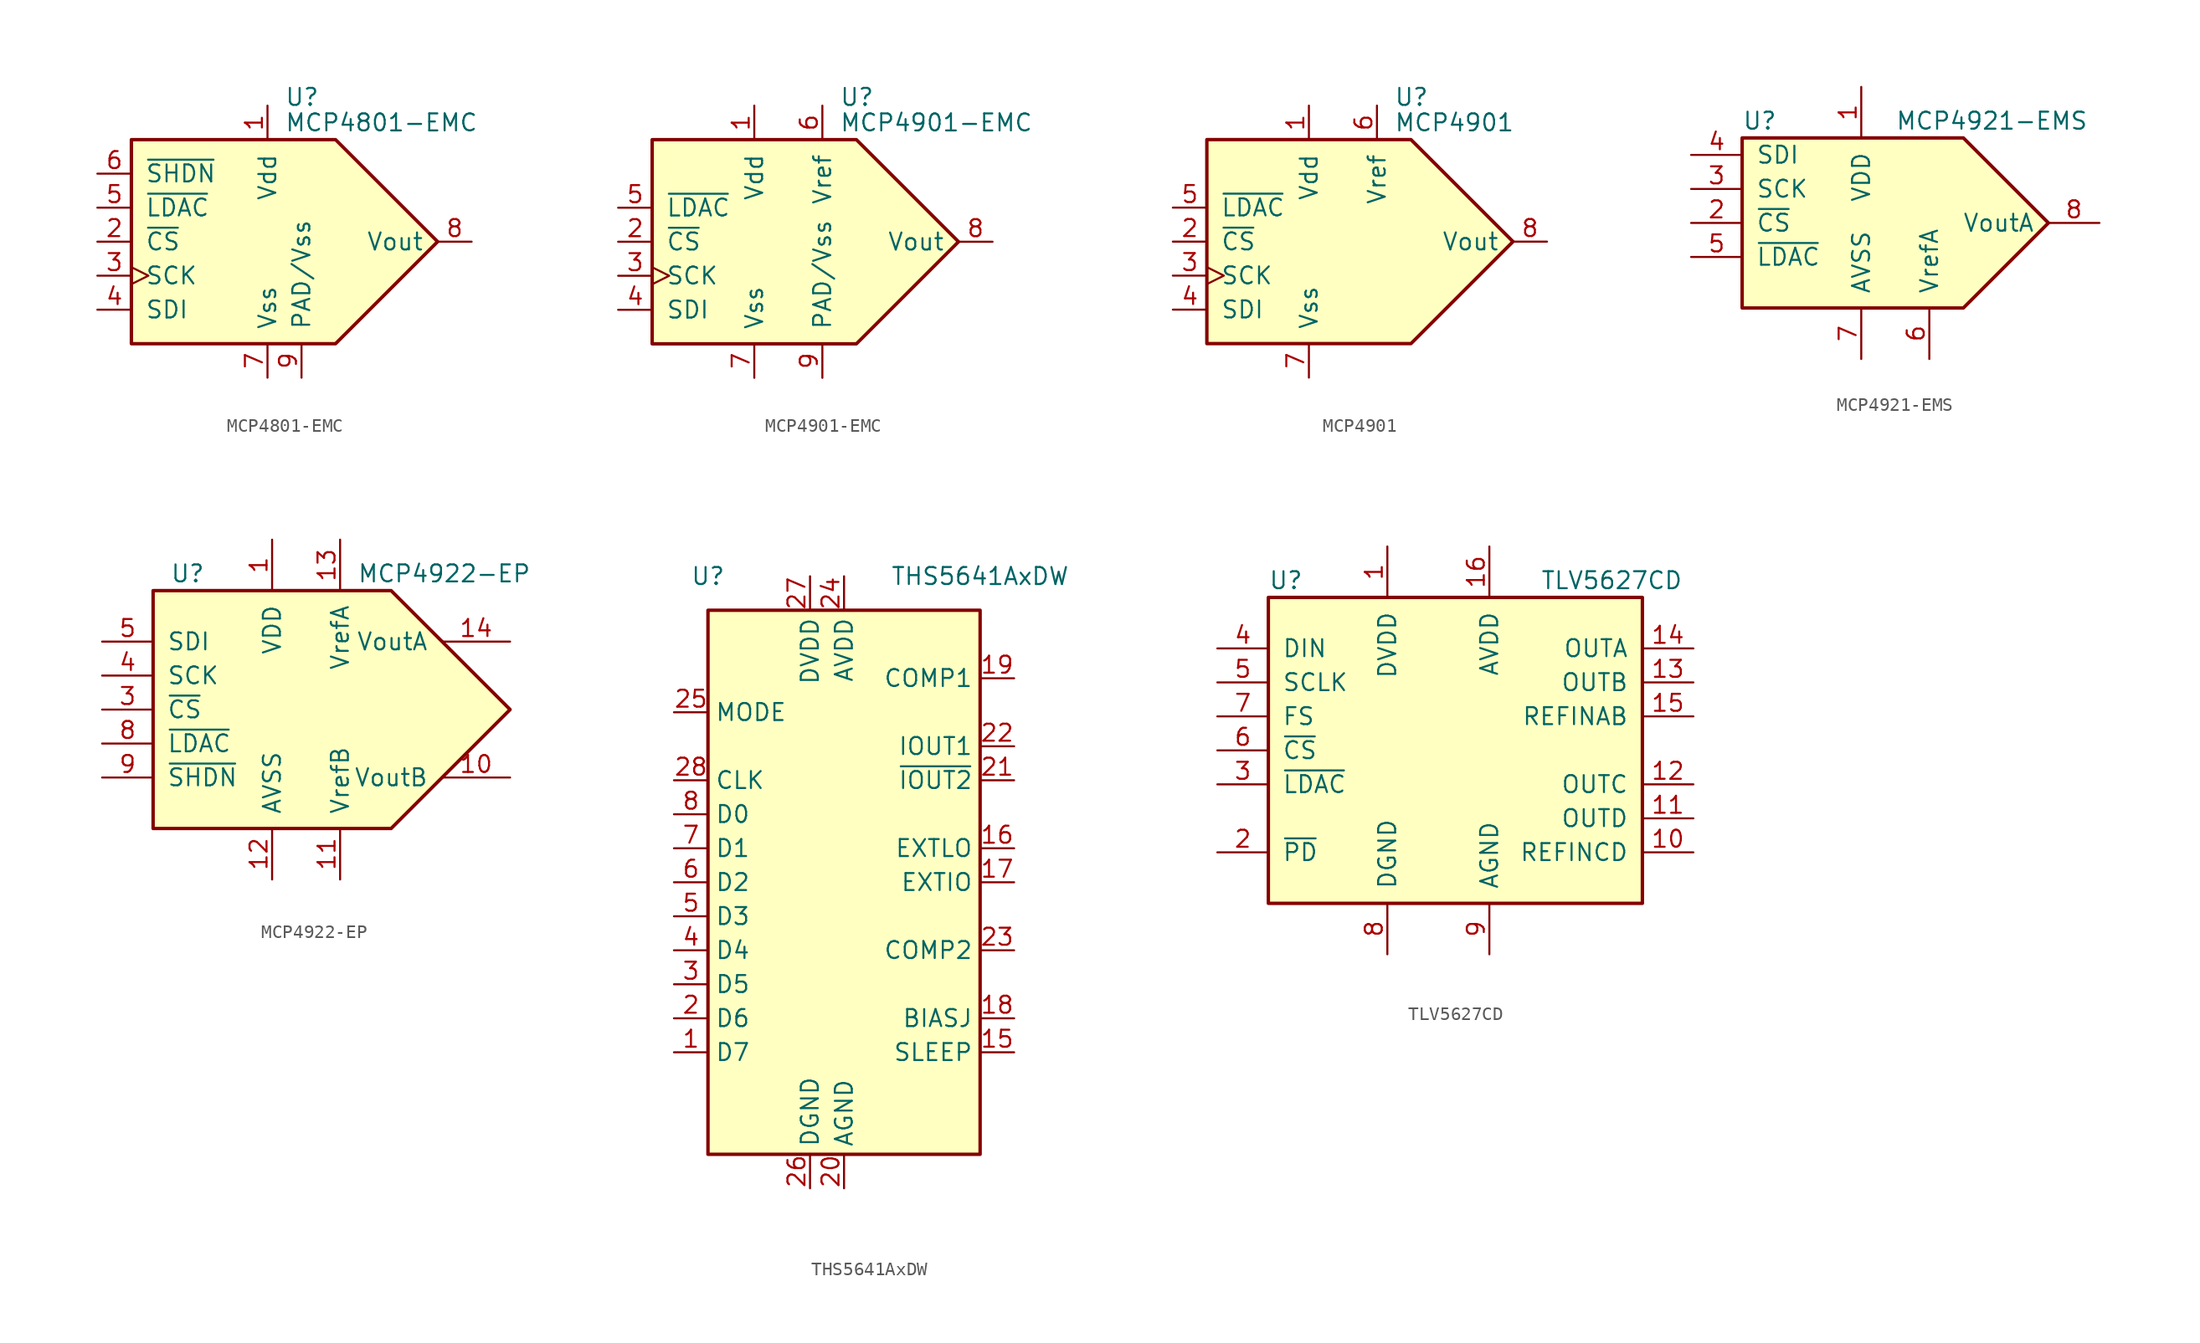
<source format=kicad_sym>
(kicad_symbol_lib
  (version 20220914)
  (generator kicad_symbol_editor)
  (symbol "MCP4801-EMC"
    (pin_names
      (offset 1.016))
    (property "Reference" "U"
      (at 1.27 10.795 0)
      (effects (font (size 1.27 1.27)) (justify left)))
    (property "Value" "MCP4801-EMC"
      (at 1.27 8.89 0)
      (effects (font (size 1.27 1.27)) (justify left)))
    (symbol "MCP4801-EMC_0_0"
      (polyline (pts (xy 12.7 0) (xy 5.08 7.62) (xy -10.16 7.62) (xy -10.16 -7.62) (xy 5.08 -7.62) (xy 12.7 0)) (stroke (width 0.254) (type default)) (fill (type background))))
    (symbol "MCP4801-EMC_1_1"
      (pin power_in line (at 0 10.16 270) (length 2.54) (name "Vdd" (effects (font (size 1.27 1.27)))) (number "1" (effects (font (size 1.27 1.27)))))
      (pin input line (at -12.7 0 0) (length 2.54) (name "~{CS}" (effects (font (size 1.27 1.27)))) (number "2" (effects (font (size 1.27 1.27)))))
      (pin input clock (at -12.7 -2.54 0) (length 2.54) (name "SCK" (effects (font (size 1.27 1.27)))) (number "3" (effects (font (size 1.27 1.27)))))
      (pin input line (at -12.7 -5.08 0) (length 2.54) (name "SDI" (effects (font (size 1.27 1.27)))) (number "4" (effects (font (size 1.27 1.27)))))
      (pin input line (at -12.7 2.54 0) (length 2.54) (name "~{LDAC}" (effects (font (size 1.27 1.27)))) (number "5" (effects (font (size 1.27 1.27)))))
      (pin input line (at -12.7 5.08 0) (length 2.54) (name "~{SHDN}" (effects (font (size 1.27 1.27)))) (number "6" (effects (font (size 1.27 1.27)))))
      (pin power_in line (at 0 -10.16 90) (length 2.54) (name "Vss" (effects (font (size 1.27 1.27)))) (number "7" (effects (font (size 1.27 1.27)))))
      (pin output line (at 15.24 0 180) (length 2.54) (name "Vout" (effects (font (size 1.27 1.27)))) (number "8" (effects (font (size 1.27 1.27)))))
      (pin power_in line (at 2.54 -10.16 90) (length 2.54) (name "PAD/Vss" (effects (font (size 1.27 1.27)))) (number "9" (effects (font (size 1.27 1.27)))))))
  (symbol "MCP4901-EMC"
    (pin_names
      (offset 1.016))
    (property "Reference" "U"
      (at 6.35 10.795 0)
      (effects (font (size 1.27 1.27)) (justify left)))
    (property "Value" "MCP4901-EMC"
      (at 6.35 8.89 0)
      (effects (font (size 1.27 1.27)) (justify left)))
    (symbol "MCP4901-EMC_0_0"
      (polyline (pts (xy 15.24 0) (xy 7.62 7.62) (xy -7.62 7.62) (xy -7.62 -7.62) (xy 7.62 -7.62) (xy 15.24 0)) (stroke (width 0.254) (type default)) (fill (type background))))
    (symbol "MCP4901-EMC_1_1"
      (pin power_in line (at 0 10.16 270) (length 2.54) (name "Vdd" (effects (font (size 1.27 1.27)))) (number "1" (effects (font (size 1.27 1.27)))))
      (pin input line (at -10.16 0 0) (length 2.54) (name "~{CS}" (effects (font (size 1.27 1.27)))) (number "2" (effects (font (size 1.27 1.27)))))
      (pin input clock (at -10.16 -2.54 0) (length 2.54) (name "SCK" (effects (font (size 1.27 1.27)))) (number "3" (effects (font (size 1.27 1.27)))))
      (pin input line (at -10.16 -5.08 0) (length 2.54) (name "SDI" (effects (font (size 1.27 1.27)))) (number "4" (effects (font (size 1.27 1.27)))))
      (pin input line (at -10.16 2.54 0) (length 2.54) (name "~{LDAC}" (effects (font (size 1.27 1.27)))) (number "5" (effects (font (size 1.27 1.27)))))
      (pin power_in line (at 5.08 10.16 270) (length 2.54) (name "Vref" (effects (font (size 1.27 1.27)))) (number "6" (effects (font (size 1.27 1.27)))))
      (pin power_in line (at 0 -10.16 90) (length 2.54) (name "Vss" (effects (font (size 1.27 1.27)))) (number "7" (effects (font (size 1.27 1.27)))))
      (pin output line (at 17.78 0 180) (length 2.54) (name "Vout" (effects (font (size 1.27 1.27)))) (number "8" (effects (font (size 1.27 1.27)))))
      (pin power_in line (at 5.08 -10.16 90) (length 2.54) (name "PAD/Vss" (effects (font (size 1.27 1.27)))) (number "9" (effects (font (size 1.27 1.27)))))))
  (symbol "MCP4901"
    (pin_names
      (offset 1.016))
    (property "Reference" "U"
      (at 6.35 10.795 0)
      (effects (font (size 1.27 1.27)) (justify left)))
    (property "Value" "MCP4901"
      (at 6.35 8.89 0)
      (effects (font (size 1.27 1.27)) (justify left)))
    (symbol "MCP4901_0_0"
      (polyline (pts (xy 15.24 0) (xy 7.62 7.62) (xy -7.62 7.62) (xy -7.62 -7.62) (xy 7.62 -7.62) (xy 15.24 0)) (stroke (width 0.254) (type default)) (fill (type background))))
    (symbol "MCP4901_1_1"
      (pin power_in line (at 0 10.16 270) (length 2.54) (name "Vdd" (effects (font (size 1.27 1.27)))) (number "1" (effects (font (size 1.27 1.27)))))
      (pin input line (at -10.16 0 0) (length 2.54) (name "~{CS}" (effects (font (size 1.27 1.27)))) (number "2" (effects (font (size 1.27 1.27)))))
      (pin input clock (at -10.16 -2.54 0) (length 2.54) (name "SCK" (effects (font (size 1.27 1.27)))) (number "3" (effects (font (size 1.27 1.27)))))
      (pin input line (at -10.16 -5.08 0) (length 2.54) (name "SDI" (effects (font (size 1.27 1.27)))) (number "4" (effects (font (size 1.27 1.27)))))
      (pin input line (at -10.16 2.54 0) (length 2.54) (name "~{LDAC}" (effects (font (size 1.27 1.27)))) (number "5" (effects (font (size 1.27 1.27)))))
      (pin power_in line (at 5.08 10.16 270) (length 2.54) (name "Vref" (effects (font (size 1.27 1.27)))) (number "6" (effects (font (size 1.27 1.27)))))
      (pin power_in line (at 0 -10.16 90) (length 2.54) (name "Vss" (effects (font (size 1.27 1.27)))) (number "7" (effects (font (size 1.27 1.27)))))
      (pin output line (at 17.78 0 180) (length 2.54) (name "Vout" (effects (font (size 1.27 1.27)))) (number "8" (effects (font (size 1.27 1.27)))))))
  (symbol "MCP4921-EMS"
    (pin_names
      (offset 1.016))
    (property "Reference" "U"
      (at -11.43 7.62 0)
      (effects (font (size 1.27 1.27)) (justify left)))
    (property "Value" "MCP4921-EMS"
      (at 0 7.62 0)
      (effects (font (size 1.27 1.27)) (justify left)))
    (symbol "MCP4921-EMS_0_1"
      (polyline (pts (xy -11.43 6.35) (xy 5.08 6.35) (xy 11.43 0) (xy 5.08 -6.35) (xy -11.43 -6.35) (xy -11.43 6.35)) (stroke (width 0.254) (type default)) (fill (type background))))
    (symbol "MCP4921-EMS_1_1"
      (pin power_in line (at -2.54 10.16 270) (length 3.81) (name "VDD" (effects (font (size 1.27 1.27)))) (number "1" (effects (font (size 1.27 1.27)))))
      (pin input line (at -15.24 0 0) (length 3.81) (name "~{CS}" (effects (font (size 1.27 1.27)))) (number "2" (effects (font (size 1.27 1.27)))))
      (pin input line (at -15.24 2.54 0) (length 3.81) (name "SCK" (effects (font (size 1.27 1.27)))) (number "3" (effects (font (size 1.27 1.27)))))
      (pin input line (at -15.24 5.08 0) (length 3.81) (name "SDI" (effects (font (size 1.27 1.27)))) (number "4" (effects (font (size 1.27 1.27)))))
      (pin input line (at -15.24 -2.54 0) (length 3.81) (name "~{LDAC}" (effects (font (size 1.27 1.27)))) (number "5" (effects (font (size 1.27 1.27)))))
      (pin passive line (at 2.54 -10.16 90) (length 3.81) (name "VrefA" (effects (font (size 1.27 1.27)))) (number "6" (effects (font (size 1.27 1.27)))))
      (pin power_in line (at -2.54 -10.16 90) (length 3.81) (name "AVSS" (effects (font (size 1.27 1.27)))) (number "7" (effects (font (size 1.27 1.27)))))
      (pin passive line (at 15.24 0 180) (length 3.81) (name "VoutA" (effects (font (size 1.27 1.27)))) (number "8" (effects (font (size 1.27 1.27)))))))
  (symbol "MCP4922-EP"
    (pin_names
      (offset 1.016))
    (property "Reference" "U"
      (at -10.16 10.16 0)
      (effects (font (size 1.27 1.27)) (justify left)))
    (property "Value" "MCP4922-EP"
      (at 3.81 10.16 0)
      (effects (font (size 1.27 1.27)) (justify left)))
    (symbol "MCP4922-EP_0_1"
      (polyline (pts (xy -11.43 8.89) (xy 6.35 8.89) (xy 15.24 0) (xy 6.35 -8.89) (xy -11.43 -8.89) (xy -11.43 8.89)) (stroke (width 0.254) (type default)) (fill (type background))))
    (symbol "MCP4922-EP_1_1"
      (pin power_in line (at -2.54 12.7 270) (length 3.81) (name "VDD" (effects (font (size 1.27 1.27)))) (number "1" (effects (font (size 1.27 1.27)))))
      (pin passive line (at 15.24 -5.08 180) (length 5.08) (name "VoutB" (effects (font (size 1.27 1.27)))) (number "10" (effects (font (size 1.27 1.27)))))
      (pin passive line (at 2.54 -12.7 90) (length 3.81) (name "VrefB" (effects (font (size 1.27 1.27)))) (number "11" (effects (font (size 1.27 1.27)))))
      (pin power_in line (at -2.54 -12.7 90) (length 3.81) (name "AVSS" (effects (font (size 1.27 1.27)))) (number "12" (effects (font (size 1.27 1.27)))))
      (pin passive line (at 2.54 12.7 270) (length 3.81) (name "VrefA" (effects (font (size 1.27 1.27)))) (number "13" (effects (font (size 1.27 1.27)))))
      (pin passive line (at 15.24 5.08 180) (length 5.08) (name "VoutA" (effects (font (size 1.27 1.27)))) (number "14" (effects (font (size 1.27 1.27)))))
      (pin no_connect line (at -5.08 -8.89 90) (length 2.54) hide (name "NC" (effects (font (size 1.27 1.27)))) (number "2" (effects (font (size 1.27 1.27)))))
      (pin input line (at -15.24 0 0) (length 3.81) (name "~{CS}" (effects (font (size 1.27 1.27)))) (number "3" (effects (font (size 1.27 1.27)))))
      (pin input line (at -15.24 2.54 0) (length 3.81) (name "SCK" (effects (font (size 1.27 1.27)))) (number "4" (effects (font (size 1.27 1.27)))))
      (pin input line (at -15.24 5.08 0) (length 3.81) (name "SDI" (effects (font (size 1.27 1.27)))) (number "5" (effects (font (size 1.27 1.27)))))
      (pin no_connect line (at -7.62 -8.89 90) (length 2.54) hide (name "NC" (effects (font (size 1.27 1.27)))) (number "6" (effects (font (size 1.27 1.27)))))
      (pin no_connect line (at -10.16 -8.89 90) (length 2.54) hide (name "NC" (effects (font (size 1.27 1.27)))) (number "7" (effects (font (size 1.27 1.27)))))
      (pin input line (at -15.24 -2.54 0) (length 3.81) (name "~{LDAC}" (effects (font (size 1.27 1.27)))) (number "8" (effects (font (size 1.27 1.27)))))
      (pin input line (at -15.24 -5.08 0) (length 3.81) (name "~{SHDN}" (effects (font (size 1.27 1.27)))) (number "9" (effects (font (size 1.27 1.27)))))))
  (symbol "THS5641AxDW"
    (property "Reference" "U"
      (at -10.16 22.86 0)
      (effects (font (size 1.27 1.27))))
    (property "Value" "THS5641AxDW"
      (at 10.16 22.86 0)
      (effects (font (size 1.27 1.27))))
    (symbol "THS5641AxDW_0_1"
      (rectangle (start -10.16 20.32) (end 10.16 -20.32) (stroke (width 0.254) (type default)) (fill (type background))))
    (symbol "THS5641AxDW_1_1"
      (pin input line (at -12.7 -12.7 0) (length 2.54) (name "D7" (effects (font (size 1.27 1.27)))) (number "1" (effects (font (size 1.27 1.27)))))
      (pin no_connect line (at -10.16 -17.78 0) (length 2.54) hide (name "NC" (effects (font (size 1.27 1.27)))) (number "10" (effects (font (size 1.27 1.27)))))
      (pin no_connect line (at 10.16 -17.78 180) (length 2.54) hide (name "NC" (effects (font (size 1.27 1.27)))) (number "11" (effects (font (size 1.27 1.27)))))
      (pin no_connect line (at 10.16 -15.24 180) (length 2.54) hide (name "NC" (effects (font (size 1.27 1.27)))) (number "12" (effects (font (size 1.27 1.27)))))
      (pin no_connect line (at 10.16 12.7 180) (length 2.54) hide (name "NC" (effects (font (size 1.27 1.27)))) (number "13" (effects (font (size 1.27 1.27)))))
      (pin no_connect line (at 10.16 17.78 180) (length 2.54) hide (name "NC" (effects (font (size 1.27 1.27)))) (number "14" (effects (font (size 1.27 1.27)))))
      (pin input line (at 12.7 -12.7 180) (length 2.54) (name "SLEEP" (effects (font (size 1.27 1.27)))) (number "15" (effects (font (size 1.27 1.27)))))
      (pin bidirectional line (at 12.7 2.54 180) (length 2.54) (name "EXTLO" (effects (font (size 1.27 1.27)))) (number "16" (effects (font (size 1.27 1.27)))))
      (pin bidirectional line (at 12.7 0 180) (length 2.54) (name "EXTIO" (effects (font (size 1.27 1.27)))) (number "17" (effects (font (size 1.27 1.27)))))
      (pin passive line (at 12.7 -10.16 180) (length 2.54) (name "BIASJ" (effects (font (size 1.27 1.27)))) (number "18" (effects (font (size 1.27 1.27)))))
      (pin input line (at 12.7 15.24 180) (length 2.54) (name "COMP1" (effects (font (size 1.27 1.27)))) (number "19" (effects (font (size 1.27 1.27)))))
      (pin input line (at -12.7 -10.16 0) (length 2.54) (name "D6" (effects (font (size 1.27 1.27)))) (number "2" (effects (font (size 1.27 1.27)))))
      (pin power_in line (at 0 -22.86 90) (length 2.54) (name "AGND" (effects (font (size 1.27 1.27)))) (number "20" (effects (font (size 1.27 1.27)))))
      (pin output line (at 12.7 7.62 180) (length 2.54) (name "~{IOUT2}" (effects (font (size 1.27 1.27)))) (number "21" (effects (font (size 1.27 1.27)))))
      (pin output line (at 12.7 10.16 180) (length 2.54) (name "IOUT1" (effects (font (size 1.27 1.27)))) (number "22" (effects (font (size 1.27 1.27)))))
      (pin input line (at 12.7 -5.08 180) (length 2.54) (name "COMP2" (effects (font (size 1.27 1.27)))) (number "23" (effects (font (size 1.27 1.27)))))
      (pin power_in line (at 0 22.86 270) (length 2.54) (name "AVDD" (effects (font (size 1.27 1.27)))) (number "24" (effects (font (size 1.27 1.27)))))
      (pin input line (at -12.7 12.7 0) (length 2.54) (name "MODE" (effects (font (size 1.27 1.27)))) (number "25" (effects (font (size 1.27 1.27)))))
      (pin power_in line (at -2.54 -22.86 90) (length 2.54) (name "DGND" (effects (font (size 1.27 1.27)))) (number "26" (effects (font (size 1.27 1.27)))))
      (pin power_in line (at -2.54 22.86 270) (length 2.54) (name "DVDD" (effects (font (size 1.27 1.27)))) (number "27" (effects (font (size 1.27 1.27)))))
      (pin input line (at -12.7 7.62 0) (length 2.54) (name "CLK" (effects (font (size 1.27 1.27)))) (number "28" (effects (font (size 1.27 1.27)))))
      (pin input line (at -12.7 -7.62 0) (length 2.54) (name "D5" (effects (font (size 1.27 1.27)))) (number "3" (effects (font (size 1.27 1.27)))))
      (pin input line (at -12.7 -5.08 0) (length 2.54) (name "D4" (effects (font (size 1.27 1.27)))) (number "4" (effects (font (size 1.27 1.27)))))
      (pin input line (at -12.7 -2.54 0) (length 2.54) (name "D3" (effects (font (size 1.27 1.27)))) (number "5" (effects (font (size 1.27 1.27)))))
      (pin input line (at -12.7 0 0) (length 2.54) (name "D2" (effects (font (size 1.27 1.27)))) (number "6" (effects (font (size 1.27 1.27)))))
      (pin input line (at -12.7 2.54 0) (length 2.54) (name "D1" (effects (font (size 1.27 1.27)))) (number "7" (effects (font (size 1.27 1.27)))))
      (pin input line (at -12.7 5.08 0) (length 2.54) (name "D0" (effects (font (size 1.27 1.27)))) (number "8" (effects (font (size 1.27 1.27)))))
      (pin no_connect line (at -10.16 -15.24 0) (length 2.54) hide (name "NC" (effects (font (size 1.27 1.27)))) (number "9" (effects (font (size 1.27 1.27)))))))
  (symbol "TLV5627CD"
    (pin_names
      (offset 1.016))
    (property "Reference" "U"
      (at -13.97 12.7 0)
      (effects (font (size 1.27 1.27)) (justify left)))
    (property "Value" "TLV5627CD"
      (at 6.35 12.7 0)
      (effects (font (size 1.27 1.27)) (justify left)))
    (symbol "TLV5627CD_0_1"
      (rectangle (start -13.97 11.43) (end 13.97 -11.43) (stroke (width 0.254) (type default)) (fill (type background))))
    (symbol "TLV5627CD_1_1"
      (pin power_in line (at -5.08 15.24 270) (length 3.81) (name "DVDD" (effects (font (size 1.27 1.27)))) (number "1" (effects (font (size 1.27 1.27)))))
      (pin input line (at 17.78 -7.62 180) (length 3.81) (name "REFINCD" (effects (font (size 1.27 1.27)))) (number "10" (effects (font (size 1.27 1.27)))))
      (pin output line (at 17.78 -5.08 180) (length 3.81) (name "OUTD" (effects (font (size 1.27 1.27)))) (number "11" (effects (font (size 1.27 1.27)))))
      (pin output line (at 17.78 -2.54 180) (length 3.81) (name "OUTC" (effects (font (size 1.27 1.27)))) (number "12" (effects (font (size 1.27 1.27)))))
      (pin output line (at 17.78 5.08 180) (length 3.81) (name "OUTB" (effects (font (size 1.27 1.27)))) (number "13" (effects (font (size 1.27 1.27)))))
      (pin output line (at 17.78 7.62 180) (length 3.81) (name "OUTA" (effects (font (size 1.27 1.27)))) (number "14" (effects (font (size 1.27 1.27)))))
      (pin input line (at 17.78 2.54 180) (length 3.81) (name "REFINAB" (effects (font (size 1.27 1.27)))) (number "15" (effects (font (size 1.27 1.27)))))
      (pin power_in line (at 2.54 15.24 270) (length 3.81) (name "AVDD" (effects (font (size 1.27 1.27)))) (number "16" (effects (font (size 1.27 1.27)))))
      (pin input line (at -17.78 -7.62 0) (length 3.81) (name "~{PD}" (effects (font (size 1.27 1.27)))) (number "2" (effects (font (size 1.27 1.27)))))
      (pin input line (at -17.78 -2.54 0) (length 3.81) (name "~{LDAC}" (effects (font (size 1.27 1.27)))) (number "3" (effects (font (size 1.27 1.27)))))
      (pin input line (at -17.78 7.62 0) (length 3.81) (name "DIN" (effects (font (size 1.27 1.27)))) (number "4" (effects (font (size 1.27 1.27)))))
      (pin input line (at -17.78 5.08 0) (length 3.81) (name "SCLK" (effects (font (size 1.27 1.27)))) (number "5" (effects (font (size 1.27 1.27)))))
      (pin input line (at -17.78 0 0) (length 3.81) (name "~{CS}" (effects (font (size 1.27 1.27)))) (number "6" (effects (font (size 1.27 1.27)))))
      (pin input line (at -17.78 2.54 0) (length 3.81) (name "FS" (effects (font (size 1.27 1.27)))) (number "7" (effects (font (size 1.27 1.27)))))
      (pin power_in line (at -5.08 -15.24 90) (length 3.81) (name "DGND" (effects (font (size 1.27 1.27)))) (number "8" (effects (font (size 1.27 1.27)))))
      (pin power_in line (at 2.54 -15.24 90) (length 3.81) (name "AGND" (effects (font (size 1.27 1.27)))) (number "9" (effects (font (size 1.27 1.27))))))))
</source>
